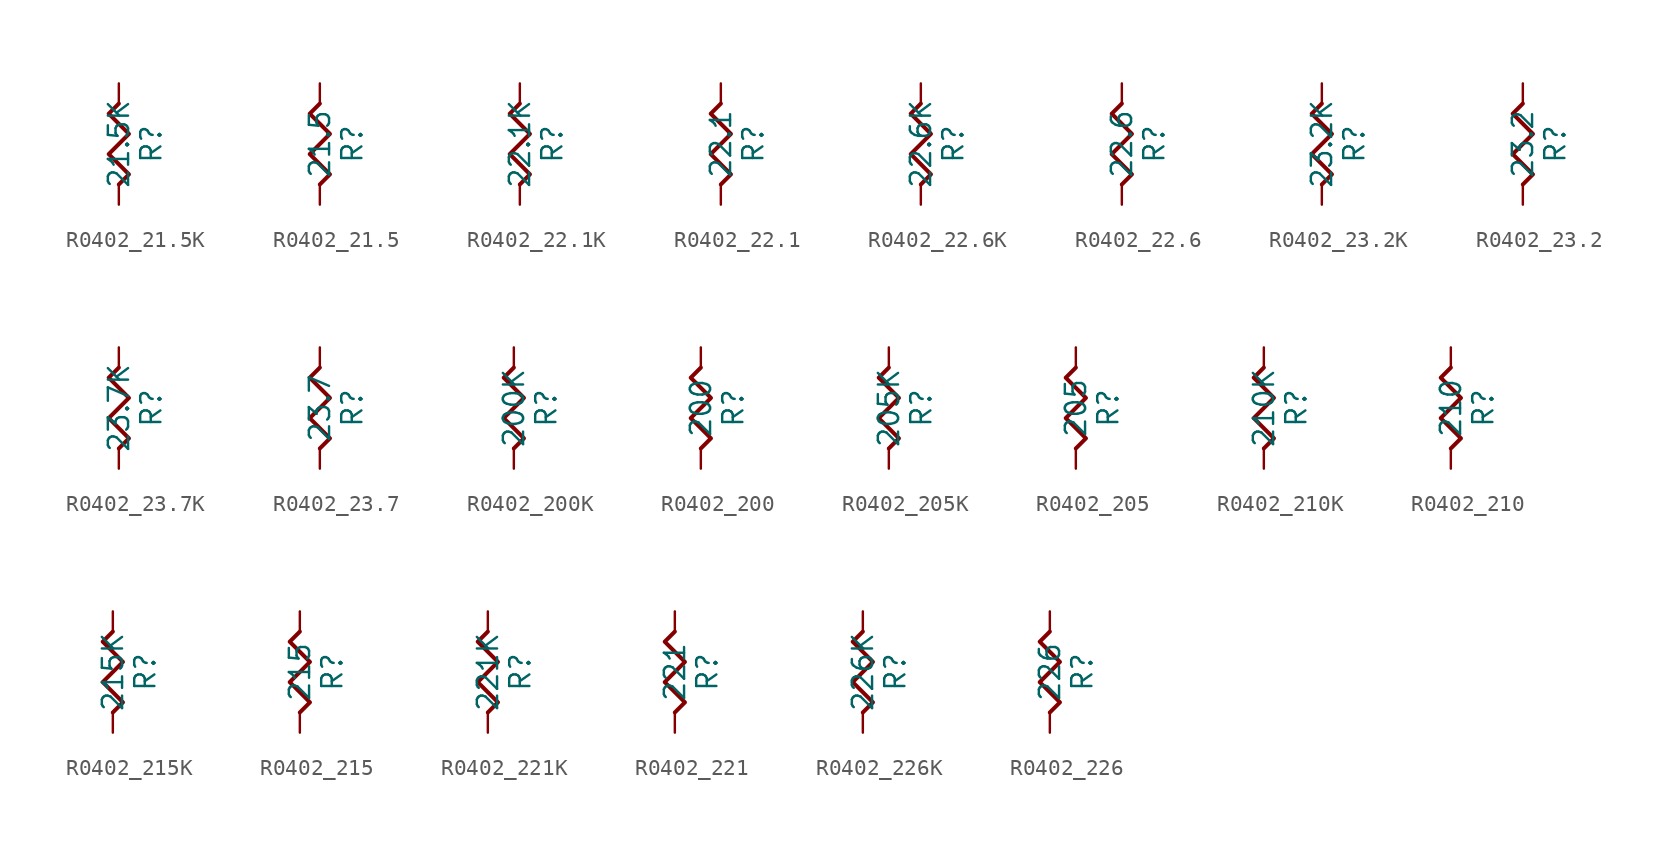
<source format=kicad_sym>
(kicad_symbol_lib
  (version 20211014)
  (generator atlantix-eda)
  (symbol "R0402_21.5K"
    (pin_numbers hide)
    (pin_names
      (offset 0))
    (property "Reference" "R"
      (at 2.032 0 90)
      (effects (font (size 1.27 1.27))))
    (property "Value" "21.5K"
      (at 0 0 90)
      (effects (font (size 1.27 1.27))))
    (symbol "R0402_21.5K_0_1"
      (polyline (pts (xy 0 -2.54) (xy 0.635 -1.905) (xy -0.635 -0.635) (xy 0.635 0.635) (xy -0.635 1.905) (xy 0 2.54)) (stroke (width 0.254) (type default) (color 0 0 0 0)) (fill (type none))))
    (symbol "R0402_21.5K_1_1"
      (pin passive line (at 0 3.81 270) (length 1.27) (name "~" (effects (font (size 1.27 1.27)))) (number "1" (effects (font (size 1.27 1.27)))))
      (pin passive line (at 0 -3.81 90) (length 1.27) (name "~" (effects (font (size 1.27 1.27)))) (number "2" (effects (font (size 1.27 1.27)))))))
  (symbol "R0402_21.5"
    (pin_numbers hide)
    (pin_names
      (offset 0))
    (property "Reference" "R"
      (at 2.032 0 90)
      (effects (font (size 1.27 1.27))))
    (property "Value" "21.5"
      (at 0 0 90)
      (effects (font (size 1.27 1.27))))
    (symbol "R0402_21.5_0_1"
      (polyline (pts (xy 0 -2.54) (xy 0.635 -1.905) (xy -0.635 -0.635) (xy 0.635 0.635) (xy -0.635 1.905) (xy 0 2.54)) (stroke (width 0.254) (type default) (color 0 0 0 0)) (fill (type none))))
    (symbol "R0402_21.5_1_1"
      (pin passive line (at 0 3.81 270) (length 1.27) (name "~" (effects (font (size 1.27 1.27)))) (number "1" (effects (font (size 1.27 1.27)))))
      (pin passive line (at 0 -3.81 90) (length 1.27) (name "~" (effects (font (size 1.27 1.27)))) (number "2" (effects (font (size 1.27 1.27)))))))
  (symbol "R0402_22.1K"
    (pin_numbers hide)
    (pin_names
      (offset 0))
    (property "Reference" "R"
      (at 2.032 0 90)
      (effects (font (size 1.27 1.27))))
    (property "Value" "22.1K"
      (at 0 0 90)
      (effects (font (size 1.27 1.27))))
    (symbol "R0402_22.1K_0_1"
      (polyline (pts (xy 0 -2.54) (xy 0.635 -1.905) (xy -0.635 -0.635) (xy 0.635 0.635) (xy -0.635 1.905) (xy 0 2.54)) (stroke (width 0.254) (type default) (color 0 0 0 0)) (fill (type none))))
    (symbol "R0402_22.1K_1_1"
      (pin passive line (at 0 3.81 270) (length 1.27) (name "~" (effects (font (size 1.27 1.27)))) (number "1" (effects (font (size 1.27 1.27)))))
      (pin passive line (at 0 -3.81 90) (length 1.27) (name "~" (effects (font (size 1.27 1.27)))) (number "2" (effects (font (size 1.27 1.27)))))))
  (symbol "R0402_22.1"
    (pin_numbers hide)
    (pin_names
      (offset 0))
    (property "Reference" "R"
      (at 2.032 0 90)
      (effects (font (size 1.27 1.27))))
    (property "Value" "22.1"
      (at 0 0 90)
      (effects (font (size 1.27 1.27))))
    (symbol "R0402_22.1_0_1"
      (polyline (pts (xy 0 -2.54) (xy 0.635 -1.905) (xy -0.635 -0.635) (xy 0.635 0.635) (xy -0.635 1.905) (xy 0 2.54)) (stroke (width 0.254) (type default) (color 0 0 0 0)) (fill (type none))))
    (symbol "R0402_22.1_1_1"
      (pin passive line (at 0 3.81 270) (length 1.27) (name "~" (effects (font (size 1.27 1.27)))) (number "1" (effects (font (size 1.27 1.27)))))
      (pin passive line (at 0 -3.81 90) (length 1.27) (name "~" (effects (font (size 1.27 1.27)))) (number "2" (effects (font (size 1.27 1.27)))))))
  (symbol "R0402_22.6K"
    (pin_numbers hide)
    (pin_names
      (offset 0))
    (property "Reference" "R"
      (at 2.032 0 90)
      (effects (font (size 1.27 1.27))))
    (property "Value" "22.6K"
      (at 0 0 90)
      (effects (font (size 1.27 1.27))))
    (symbol "R0402_22.6K_0_1"
      (polyline (pts (xy 0 -2.54) (xy 0.635 -1.905) (xy -0.635 -0.635) (xy 0.635 0.635) (xy -0.635 1.905) (xy 0 2.54)) (stroke (width 0.254) (type default) (color 0 0 0 0)) (fill (type none))))
    (symbol "R0402_22.6K_1_1"
      (pin passive line (at 0 3.81 270) (length 1.27) (name "~" (effects (font (size 1.27 1.27)))) (number "1" (effects (font (size 1.27 1.27)))))
      (pin passive line (at 0 -3.81 90) (length 1.27) (name "~" (effects (font (size 1.27 1.27)))) (number "2" (effects (font (size 1.27 1.27)))))))
  (symbol "R0402_22.6"
    (pin_numbers hide)
    (pin_names
      (offset 0))
    (property "Reference" "R"
      (at 2.032 0 90)
      (effects (font (size 1.27 1.27))))
    (property "Value" "22.6"
      (at 0 0 90)
      (effects (font (size 1.27 1.27))))
    (symbol "R0402_22.6_0_1"
      (polyline (pts (xy 0 -2.54) (xy 0.635 -1.905) (xy -0.635 -0.635) (xy 0.635 0.635) (xy -0.635 1.905) (xy 0 2.54)) (stroke (width 0.254) (type default) (color 0 0 0 0)) (fill (type none))))
    (symbol "R0402_22.6_1_1"
      (pin passive line (at 0 3.81 270) (length 1.27) (name "~" (effects (font (size 1.27 1.27)))) (number "1" (effects (font (size 1.27 1.27)))))
      (pin passive line (at 0 -3.81 90) (length 1.27) (name "~" (effects (font (size 1.27 1.27)))) (number "2" (effects (font (size 1.27 1.27)))))))
  (symbol "R0402_23.2K"
    (pin_numbers hide)
    (pin_names
      (offset 0))
    (property "Reference" "R"
      (at 2.032 0 90)
      (effects (font (size 1.27 1.27))))
    (property "Value" "23.2K"
      (at 0 0 90)
      (effects (font (size 1.27 1.27))))
    (symbol "R0402_23.2K_0_1"
      (polyline (pts (xy 0 -2.54) (xy 0.635 -1.905) (xy -0.635 -0.635) (xy 0.635 0.635) (xy -0.635 1.905) (xy 0 2.54)) (stroke (width 0.254) (type default) (color 0 0 0 0)) (fill (type none))))
    (symbol "R0402_23.2K_1_1"
      (pin passive line (at 0 3.81 270) (length 1.27) (name "~" (effects (font (size 1.27 1.27)))) (number "1" (effects (font (size 1.27 1.27)))))
      (pin passive line (at 0 -3.81 90) (length 1.27) (name "~" (effects (font (size 1.27 1.27)))) (number "2" (effects (font (size 1.27 1.27)))))))
  (symbol "R0402_23.2"
    (pin_numbers hide)
    (pin_names
      (offset 0))
    (property "Reference" "R"
      (at 2.032 0 90)
      (effects (font (size 1.27 1.27))))
    (property "Value" "23.2"
      (at 0 0 90)
      (effects (font (size 1.27 1.27))))
    (symbol "R0402_23.2_0_1"
      (polyline (pts (xy 0 -2.54) (xy 0.635 -1.905) (xy -0.635 -0.635) (xy 0.635 0.635) (xy -0.635 1.905) (xy 0 2.54)) (stroke (width 0.254) (type default) (color 0 0 0 0)) (fill (type none))))
    (symbol "R0402_23.2_1_1"
      (pin passive line (at 0 3.81 270) (length 1.27) (name "~" (effects (font (size 1.27 1.27)))) (number "1" (effects (font (size 1.27 1.27)))))
      (pin passive line (at 0 -3.81 90) (length 1.27) (name "~" (effects (font (size 1.27 1.27)))) (number "2" (effects (font (size 1.27 1.27)))))))
  (symbol "R0402_23.7K"
    (pin_numbers hide)
    (pin_names
      (offset 0))
    (property "Reference" "R"
      (at 2.032 0 90)
      (effects (font (size 1.27 1.27))))
    (property "Value" "23.7K"
      (at 0 0 90)
      (effects (font (size 1.27 1.27))))
    (symbol "R0402_23.7K_0_1"
      (polyline (pts (xy 0 -2.54) (xy 0.635 -1.905) (xy -0.635 -0.635) (xy 0.635 0.635) (xy -0.635 1.905) (xy 0 2.54)) (stroke (width 0.254) (type default) (color 0 0 0 0)) (fill (type none))))
    (symbol "R0402_23.7K_1_1"
      (pin passive line (at 0 3.81 270) (length 1.27) (name "~" (effects (font (size 1.27 1.27)))) (number "1" (effects (font (size 1.27 1.27)))))
      (pin passive line (at 0 -3.81 90) (length 1.27) (name "~" (effects (font (size 1.27 1.27)))) (number "2" (effects (font (size 1.27 1.27)))))))
  (symbol "R0402_23.7"
    (pin_numbers hide)
    (pin_names
      (offset 0))
    (property "Reference" "R"
      (at 2.032 0 90)
      (effects (font (size 1.27 1.27))))
    (property "Value" "23.7"
      (at 0 0 90)
      (effects (font (size 1.27 1.27))))
    (symbol "R0402_23.7_0_1"
      (polyline (pts (xy 0 -2.54) (xy 0.635 -1.905) (xy -0.635 -0.635) (xy 0.635 0.635) (xy -0.635 1.905) (xy 0 2.54)) (stroke (width 0.254) (type default) (color 0 0 0 0)) (fill (type none))))
    (symbol "R0402_23.7_1_1"
      (pin passive line (at 0 3.81 270) (length 1.27) (name "~" (effects (font (size 1.27 1.27)))) (number "1" (effects (font (size 1.27 1.27)))))
      (pin passive line (at 0 -3.81 90) (length 1.27) (name "~" (effects (font (size 1.27 1.27)))) (number "2" (effects (font (size 1.27 1.27)))))))
  (symbol "R0402_200K"
    (pin_numbers hide)
    (pin_names
      (offset 0))
    (property "Reference" "R"
      (at 2.032 0 90)
      (effects (font (size 1.27 1.27))))
    (property "Value" "200K"
      (at 0 0 90)
      (effects (font (size 1.27 1.27))))
    (symbol "R0402_200K_0_1"
      (polyline (pts (xy 0 -2.54) (xy 0.635 -1.905) (xy -0.635 -0.635) (xy 0.635 0.635) (xy -0.635 1.905) (xy 0 2.54)) (stroke (width 0.254) (type default) (color 0 0 0 0)) (fill (type none))))
    (symbol "R0402_200K_1_1"
      (pin passive line (at 0 3.81 270) (length 1.27) (name "~" (effects (font (size 1.27 1.27)))) (number "1" (effects (font (size 1.27 1.27)))))
      (pin passive line (at 0 -3.81 90) (length 1.27) (name "~" (effects (font (size 1.27 1.27)))) (number "2" (effects (font (size 1.27 1.27)))))))
  (symbol "R0402_200"
    (pin_numbers hide)
    (pin_names
      (offset 0))
    (property "Reference" "R"
      (at 2.032 0 90)
      (effects (font (size 1.27 1.27))))
    (property "Value" "200"
      (at 0 0 90)
      (effects (font (size 1.27 1.27))))
    (symbol "R0402_200_0_1"
      (polyline (pts (xy 0 -2.54) (xy 0.635 -1.905) (xy -0.635 -0.635) (xy 0.635 0.635) (xy -0.635 1.905) (xy 0 2.54)) (stroke (width 0.254) (type default) (color 0 0 0 0)) (fill (type none))))
    (symbol "R0402_200_1_1"
      (pin passive line (at 0 3.81 270) (length 1.27) (name "~" (effects (font (size 1.27 1.27)))) (number "1" (effects (font (size 1.27 1.27)))))
      (pin passive line (at 0 -3.81 90) (length 1.27) (name "~" (effects (font (size 1.27 1.27)))) (number "2" (effects (font (size 1.27 1.27)))))))
  (symbol "R0402_205K"
    (pin_numbers hide)
    (pin_names
      (offset 0))
    (property "Reference" "R"
      (at 2.032 0 90)
      (effects (font (size 1.27 1.27))))
    (property "Value" "205K"
      (at 0 0 90)
      (effects (font (size 1.27 1.27))))
    (symbol "R0402_205K_0_1"
      (polyline (pts (xy 0 -2.54) (xy 0.635 -1.905) (xy -0.635 -0.635) (xy 0.635 0.635) (xy -0.635 1.905) (xy 0 2.54)) (stroke (width 0.254) (type default) (color 0 0 0 0)) (fill (type none))))
    (symbol "R0402_205K_1_1"
      (pin passive line (at 0 3.81 270) (length 1.27) (name "~" (effects (font (size 1.27 1.27)))) (number "1" (effects (font (size 1.27 1.27)))))
      (pin passive line (at 0 -3.81 90) (length 1.27) (name "~" (effects (font (size 1.27 1.27)))) (number "2" (effects (font (size 1.27 1.27)))))))
  (symbol "R0402_205"
    (pin_numbers hide)
    (pin_names
      (offset 0))
    (property "Reference" "R"
      (at 2.032 0 90)
      (effects (font (size 1.27 1.27))))
    (property "Value" "205"
      (at 0 0 90)
      (effects (font (size 1.27 1.27))))
    (symbol "R0402_205_0_1"
      (polyline (pts (xy 0 -2.54) (xy 0.635 -1.905) (xy -0.635 -0.635) (xy 0.635 0.635) (xy -0.635 1.905) (xy 0 2.54)) (stroke (width 0.254) (type default) (color 0 0 0 0)) (fill (type none))))
    (symbol "R0402_205_1_1"
      (pin passive line (at 0 3.81 270) (length 1.27) (name "~" (effects (font (size 1.27 1.27)))) (number "1" (effects (font (size 1.27 1.27)))))
      (pin passive line (at 0 -3.81 90) (length 1.27) (name "~" (effects (font (size 1.27 1.27)))) (number "2" (effects (font (size 1.27 1.27)))))))
  (symbol "R0402_210K"
    (pin_numbers hide)
    (pin_names
      (offset 0))
    (property "Reference" "R"
      (at 2.032 0 90)
      (effects (font (size 1.27 1.27))))
    (property "Value" "210K"
      (at 0 0 90)
      (effects (font (size 1.27 1.27))))
    (symbol "R0402_210K_0_1"
      (polyline (pts (xy 0 -2.54) (xy 0.635 -1.905) (xy -0.635 -0.635) (xy 0.635 0.635) (xy -0.635 1.905) (xy 0 2.54)) (stroke (width 0.254) (type default) (color 0 0 0 0)) (fill (type none))))
    (symbol "R0402_210K_1_1"
      (pin passive line (at 0 3.81 270) (length 1.27) (name "~" (effects (font (size 1.27 1.27)))) (number "1" (effects (font (size 1.27 1.27)))))
      (pin passive line (at 0 -3.81 90) (length 1.27) (name "~" (effects (font (size 1.27 1.27)))) (number "2" (effects (font (size 1.27 1.27)))))))
  (symbol "R0402_210"
    (pin_numbers hide)
    (pin_names
      (offset 0))
    (property "Reference" "R"
      (at 2.032 0 90)
      (effects (font (size 1.27 1.27))))
    (property "Value" "210"
      (at 0 0 90)
      (effects (font (size 1.27 1.27))))
    (symbol "R0402_210_0_1"
      (polyline (pts (xy 0 -2.54) (xy 0.635 -1.905) (xy -0.635 -0.635) (xy 0.635 0.635) (xy -0.635 1.905) (xy 0 2.54)) (stroke (width 0.254) (type default) (color 0 0 0 0)) (fill (type none))))
    (symbol "R0402_210_1_1"
      (pin passive line (at 0 3.81 270) (length 1.27) (name "~" (effects (font (size 1.27 1.27)))) (number "1" (effects (font (size 1.27 1.27)))))
      (pin passive line (at 0 -3.81 90) (length 1.27) (name "~" (effects (font (size 1.27 1.27)))) (number "2" (effects (font (size 1.27 1.27)))))))
  (symbol "R0402_215K"
    (pin_numbers hide)
    (pin_names
      (offset 0))
    (property "Reference" "R"
      (at 2.032 0 90)
      (effects (font (size 1.27 1.27))))
    (property "Value" "215K"
      (at 0 0 90)
      (effects (font (size 1.27 1.27))))
    (symbol "R0402_215K_0_1"
      (polyline (pts (xy 0 -2.54) (xy 0.635 -1.905) (xy -0.635 -0.635) (xy 0.635 0.635) (xy -0.635 1.905) (xy 0 2.54)) (stroke (width 0.254) (type default) (color 0 0 0 0)) (fill (type none))))
    (symbol "R0402_215K_1_1"
      (pin passive line (at 0 3.81 270) (length 1.27) (name "~" (effects (font (size 1.27 1.27)))) (number "1" (effects (font (size 1.27 1.27)))))
      (pin passive line (at 0 -3.81 90) (length 1.27) (name "~" (effects (font (size 1.27 1.27)))) (number "2" (effects (font (size 1.27 1.27)))))))
  (symbol "R0402_215"
    (pin_numbers hide)
    (pin_names
      (offset 0))
    (property "Reference" "R"
      (at 2.032 0 90)
      (effects (font (size 1.27 1.27))))
    (property "Value" "215"
      (at 0 0 90)
      (effects (font (size 1.27 1.27))))
    (symbol "R0402_215_0_1"
      (polyline (pts (xy 0 -2.54) (xy 0.635 -1.905) (xy -0.635 -0.635) (xy 0.635 0.635) (xy -0.635 1.905) (xy 0 2.54)) (stroke (width 0.254) (type default) (color 0 0 0 0)) (fill (type none))))
    (symbol "R0402_215_1_1"
      (pin passive line (at 0 3.81 270) (length 1.27) (name "~" (effects (font (size 1.27 1.27)))) (number "1" (effects (font (size 1.27 1.27)))))
      (pin passive line (at 0 -3.81 90) (length 1.27) (name "~" (effects (font (size 1.27 1.27)))) (number "2" (effects (font (size 1.27 1.27)))))))
  (symbol "R0402_221K"
    (pin_numbers hide)
    (pin_names
      (offset 0))
    (property "Reference" "R"
      (at 2.032 0 90)
      (effects (font (size 1.27 1.27))))
    (property "Value" "221K"
      (at 0 0 90)
      (effects (font (size 1.27 1.27))))
    (symbol "R0402_221K_0_1"
      (polyline (pts (xy 0 -2.54) (xy 0.635 -1.905) (xy -0.635 -0.635) (xy 0.635 0.635) (xy -0.635 1.905) (xy 0 2.54)) (stroke (width 0.254) (type default) (color 0 0 0 0)) (fill (type none))))
    (symbol "R0402_221K_1_1"
      (pin passive line (at 0 3.81 270) (length 1.27) (name "~" (effects (font (size 1.27 1.27)))) (number "1" (effects (font (size 1.27 1.27)))))
      (pin passive line (at 0 -3.81 90) (length 1.27) (name "~" (effects (font (size 1.27 1.27)))) (number "2" (effects (font (size 1.27 1.27)))))))
  (symbol "R0402_221"
    (pin_numbers hide)
    (pin_names
      (offset 0))
    (property "Reference" "R"
      (at 2.032 0 90)
      (effects (font (size 1.27 1.27))))
    (property "Value" "221"
      (at 0 0 90)
      (effects (font (size 1.27 1.27))))
    (symbol "R0402_221_0_1"
      (polyline (pts (xy 0 -2.54) (xy 0.635 -1.905) (xy -0.635 -0.635) (xy 0.635 0.635) (xy -0.635 1.905) (xy 0 2.54)) (stroke (width 0.254) (type default) (color 0 0 0 0)) (fill (type none))))
    (symbol "R0402_221_1_1"
      (pin passive line (at 0 3.81 270) (length 1.27) (name "~" (effects (font (size 1.27 1.27)))) (number "1" (effects (font (size 1.27 1.27)))))
      (pin passive line (at 0 -3.81 90) (length 1.27) (name "~" (effects (font (size 1.27 1.27)))) (number "2" (effects (font (size 1.27 1.27)))))))
  (symbol "R0402_226K"
    (pin_numbers hide)
    (pin_names
      (offset 0))
    (property "Reference" "R"
      (at 2.032 0 90)
      (effects (font (size 1.27 1.27))))
    (property "Value" "226K"
      (at 0 0 90)
      (effects (font (size 1.27 1.27))))
    (symbol "R0402_226K_0_1"
      (polyline (pts (xy 0 -2.54) (xy 0.635 -1.905) (xy -0.635 -0.635) (xy 0.635 0.635) (xy -0.635 1.905) (xy 0 2.54)) (stroke (width 0.254) (type default) (color 0 0 0 0)) (fill (type none))))
    (symbol "R0402_226K_1_1"
      (pin passive line (at 0 3.81 270) (length 1.27) (name "~" (effects (font (size 1.27 1.27)))) (number "1" (effects (font (size 1.27 1.27)))))
      (pin passive line (at 0 -3.81 90) (length 1.27) (name "~" (effects (font (size 1.27 1.27)))) (number "2" (effects (font (size 1.27 1.27)))))))
  (symbol "R0402_226"
    (pin_numbers hide)
    (pin_names
      (offset 0))
    (property "Reference" "R"
      (at 2.032 0 90)
      (effects (font (size 1.27 1.27))))
    (property "Value" "226"
      (at 0 0 90)
      (effects (font (size 1.27 1.27))))
    (symbol "R0402_226_0_1"
      (polyline (pts (xy 0 -2.54) (xy 0.635 -1.905) (xy -0.635 -0.635) (xy 0.635 0.635) (xy -0.635 1.905) (xy 0 2.54)) (stroke (width 0.254) (type default) (color 0 0 0 0)) (fill (type none))))
    (symbol "R0402_226_1_1"
      (pin passive line (at 0 3.81 270) (length 1.27) (name "~" (effects (font (size 1.27 1.27)))) (number "1" (effects (font (size 1.27 1.27)))))
      (pin passive line (at 0 -3.81 90) (length 1.27) (name "~" (effects (font (size 1.27 1.27)))) (number "2" (effects (font (size 1.27 1.27))))))))
</source>
